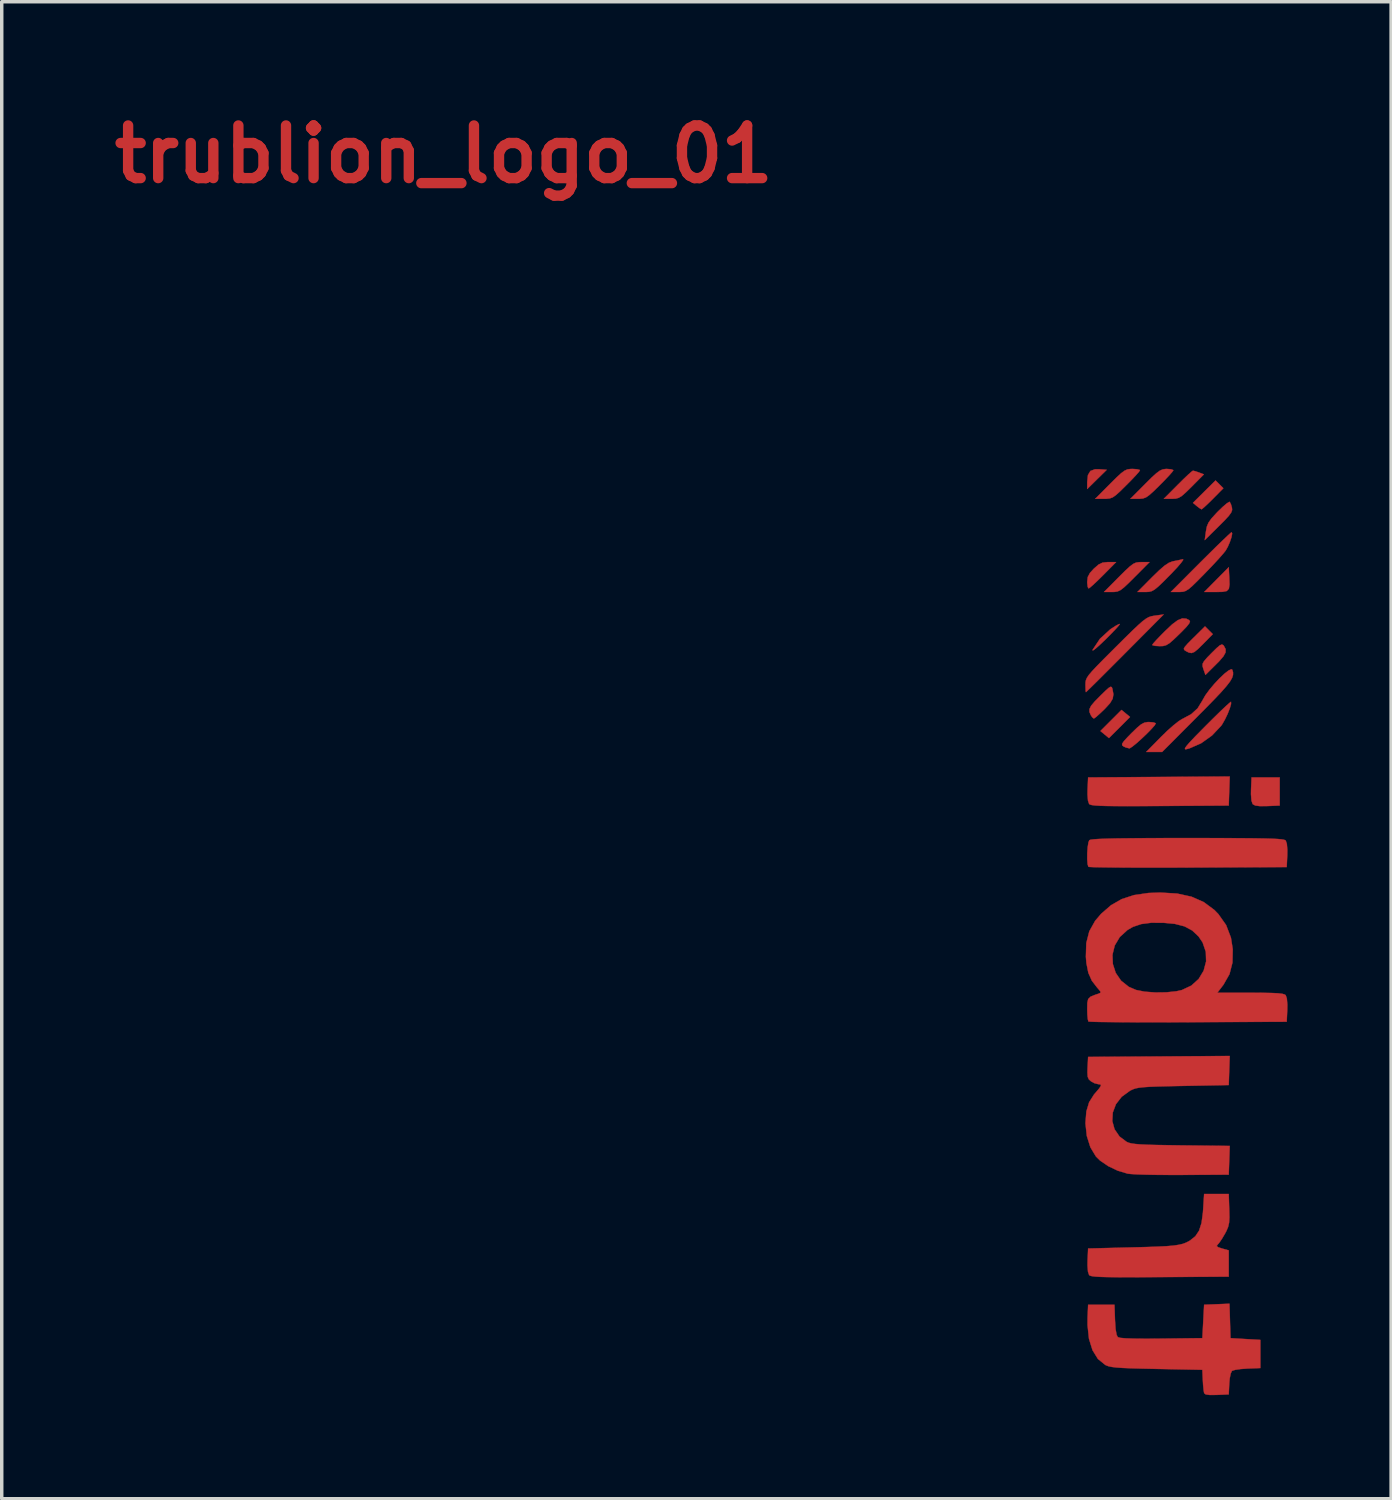
<source format=kicad_pcb>
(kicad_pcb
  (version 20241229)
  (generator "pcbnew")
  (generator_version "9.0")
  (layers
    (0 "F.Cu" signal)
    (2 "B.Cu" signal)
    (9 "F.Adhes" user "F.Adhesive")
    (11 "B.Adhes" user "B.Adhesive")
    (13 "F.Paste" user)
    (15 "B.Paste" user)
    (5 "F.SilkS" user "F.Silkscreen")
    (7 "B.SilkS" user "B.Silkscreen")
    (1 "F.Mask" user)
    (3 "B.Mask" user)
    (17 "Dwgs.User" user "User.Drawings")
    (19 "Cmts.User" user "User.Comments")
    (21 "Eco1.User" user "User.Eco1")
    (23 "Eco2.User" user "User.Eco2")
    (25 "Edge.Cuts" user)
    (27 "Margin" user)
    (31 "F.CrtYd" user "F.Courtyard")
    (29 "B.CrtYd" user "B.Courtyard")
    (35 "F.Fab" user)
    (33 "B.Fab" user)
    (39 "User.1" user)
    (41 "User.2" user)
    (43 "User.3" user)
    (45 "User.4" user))
  (footprint "trublion_logo_01"
    (layer "F.Cu")
    (at 9.804 1.418)
    (property "Reference" "trublion_logo_01" (at 0 0 0) (layer "F.Cu") (effects (font (size 1.524 1.524) (thickness 0.3))))
    (attr through_hole)
    (fp_poly (pts (xy 19.195 9.137) (xy 18.912 9.415) (xy 18.63 9.693) (xy 18.63 9.488) (xy 18.651 9.288) (xy 18.722 9.17) (xy 18.855 9.121) (xy 18.978 9.121) (xy 19.195 9.137)) (stroke (width 0.01) (type solid)) (fill yes) (layer "F.Cu"))
    (fp_poly (pts (xy 19.746 16.192) (xy 19.87 16.294) (xy 19.565 16.6) (xy 19.259 16.905) (xy 19.136 16.803) (xy 19.012 16.701) (xy 19.317 16.396) (xy 19.623 16.09) (xy 19.746 16.192)) (stroke (width 0.01) (type solid)) (fill yes) (layer "F.Cu"))
    (fp_poly (pts (xy 22.743 12.247) (xy 22.75 12.455) (xy 22.732 12.581) (xy 22.67 12.647) (xy 22.546 12.671) (xy 22.362 12.675) (xy 22.018 12.675) (xy 22.373 12.316) (xy 22.728 11.958) (xy 22.743 12.247)) (stroke (width 0.01) (type solid)) (fill yes) (layer "F.Cu"))
    (fp_poly (pts (xy 24.204 18.859) (xy 23.843 18.874) (xy 23.629 18.876) (xy 23.495 18.858) (xy 23.424 18.819) (xy 23.42 18.815) (xy 23.386 18.714) (xy 23.372 18.531) (xy 23.374 18.393) (xy 23.389 18.045) (xy 24.204 18.045) (xy 24.204 18.859)) (stroke (width 0.01) (type solid)) (fill yes) (layer "F.Cu"))
    (fp_poly (pts (xy 22.459 9.558) (xy 22.572 9.671) (xy 22.27 9.977) (xy 22.129 10.116) (xy 22.016 10.221) (xy 21.95 10.276) (xy 21.94 10.28) (xy 21.886 10.25) (xy 21.802 10.186) (xy 21.692 10.094) (xy 22.019 9.769) (xy 22.346 9.445) (xy 22.459 9.558)) (stroke (width 0.01) (type solid)) (fill yes) (layer "F.Cu"))
    (fp_poly (pts (xy 22.153 13.783) (xy 22.266 13.896) (xy 21.99 14.176) (xy 21.837 14.327) (xy 21.732 14.412) (xy 21.651 14.443) (xy 21.573 14.429) (xy 21.493 14.389) (xy 21.443 14.356) (xy 21.427 14.319) (xy 21.457 14.263) (xy 21.539 14.169) (xy 21.684 14.023) (xy 21.71 13.998) (xy 22.041 13.67) (xy 22.153 13.783)) (stroke (width 0.01) (type solid)) (fill yes) (layer "F.Cu"))
    (fp_poly (pts (xy 19.088 12.191) (xy 18.929 12.348) (xy 18.794 12.474) (xy 18.702 12.553) (xy 18.67 12.573) (xy 18.644 12.528) (xy 18.631 12.416) (xy 18.63 12.379) (xy 18.646 12.241) (xy 18.709 12.123) (xy 18.823 11.998) (xy 18.957 11.881) (xy 19.074 11.825) (xy 19.22 11.809) (xy 19.242 11.809) (xy 19.467 11.809) (xy 19.088 12.191)) (stroke (width 0.01) (type solid)) (fill yes) (layer "F.Cu"))
    (fp_poly (pts (xy 19.548 13.643) (xy 19.462 13.74) (xy 19.329 13.879) (xy 19.163 14.046) (xy 19.157 14.052) (xy 18.997 14.204) (xy 18.874 14.313) (xy 18.798 14.368) (xy 18.781 14.36) (xy 18.783 14.354) (xy 18.998 14.031) (xy 19.291 13.762) (xy 19.322 13.74) (xy 19.452 13.656) (xy 19.545 13.607) (xy 19.574 13.601) (xy 19.548 13.643)) (stroke (width 0.01) (type solid)) (fill yes) (layer "F.Cu"))
    (fp_poly (pts (xy 20.004 12.242) (xy 19.82 12.425) (xy 19.688 12.548) (xy 19.59 12.622) (xy 19.506 12.66) (xy 19.419 12.673) (xy 19.345 12.675) (xy 19.116 12.675) (xy 19.546 12.242) (xy 19.731 12.058) (xy 19.863 11.936) (xy 19.961 11.862) (xy 20.044 11.824) (xy 20.131 11.811) (xy 20.206 11.809) (xy 20.435 11.809) (xy 20.004 12.242)) (stroke (width 0.01) (type solid)) (fill yes) (layer "F.Cu"))
    (fp_poly (pts (xy 21.762 9.179) (xy 21.868 9.215) (xy 22.008 9.269) (xy 21.657 9.623) (xy 21.491 9.786) (xy 21.373 9.89) (xy 21.281 9.947) (xy 21.191 9.972) (xy 21.082 9.977) (xy 21.076 9.977) (xy 20.847 9.977) (xy 21.252 9.57) (xy 21.416 9.407) (xy 21.555 9.275) (xy 21.653 9.189) (xy 21.692 9.162) (xy 21.762 9.179)) (stroke (width 0.01) (type solid)) (fill yes) (layer "F.Cu"))
    (fp_poly (pts (xy 22.57 14.214) (xy 22.587 14.235) (xy 22.638 14.33) (xy 22.636 14.425) (xy 22.574 14.538) (xy 22.445 14.687) (xy 22.352 14.78) (xy 22.054 15.076) (xy 21.995 14.909) (xy 21.97 14.823) (xy 21.972 14.753) (xy 22.014 14.677) (xy 22.106 14.571) (xy 22.23 14.444) (xy 22.376 14.3) (xy 22.47 14.22) (xy 22.529 14.195) (xy 22.57 14.214)) (stroke (width 0.01) (type solid)) (fill yes) (layer "F.Cu"))
    (fp_poly (pts (xy 22.742 18.439) (xy 22.728 18.859) (xy 20.736 18.872) (xy 20.222 18.875) (xy 19.8 18.876) (xy 19.462 18.875) (xy 19.199 18.872) (xy 19.001 18.866) (xy 18.859 18.857) (xy 18.765 18.845) (xy 18.71 18.83) (xy 18.685 18.813) (xy 18.652 18.716) (xy 18.638 18.539) (xy 18.64 18.393) (xy 18.656 18.045) (xy 20.706 18.031) (xy 22.757 18.018) (xy 22.742 18.439)) (stroke (width 0.01) (type solid)) (fill yes) (layer "F.Cu"))
    (fp_poly (pts (xy 22.757 10.066) (xy 22.794 10.141) (xy 22.821 10.234) (xy 22.826 10.301) (xy 22.799 10.374) (xy 22.729 10.47) (xy 22.606 10.604) (xy 22.442 10.768) (xy 22.033 11.173) (xy 22.068 10.918) (xy 22.094 10.782) (xy 22.141 10.668) (xy 22.226 10.549) (xy 22.365 10.396) (xy 22.413 10.346) (xy 22.555 10.209) (xy 22.671 10.11) (xy 22.744 10.065) (xy 22.757 10.066)) (stroke (width 0.01) (type solid)) (fill yes) (layer "F.Cu"))
    (fp_poly (pts (xy 19.343 15.434) (xy 19.36 15.483) (xy 19.388 15.636) (xy 19.368 15.764) (xy 19.291 15.894) (xy 19.145 16.054) (xy 19.125 16.074) (xy 18.99 16.202) (xy 18.883 16.297) (xy 18.824 16.339) (xy 18.821 16.339) (xy 18.772 16.3) (xy 18.734 16.241) (xy 18.695 16.149) (xy 18.695 16.065) (xy 18.743 15.969) (xy 18.849 15.843) (xy 19.005 15.685) (xy 19.159 15.534) (xy 19.256 15.448) (xy 19.313 15.418) (xy 19.343 15.434)) (stroke (width 0.01) (type solid)) (fill yes) (layer "F.Cu"))
    (fp_poly (pts (xy 20.072 9.12) (xy 20.149 9.14) (xy 20.157 9.151) (xy 20.123 9.201) (xy 20.031 9.305) (xy 19.895 9.448) (xy 19.761 9.583) (xy 19.586 9.756) (xy 19.461 9.869) (xy 19.367 9.935) (xy 19.281 9.966) (xy 19.184 9.976) (xy 19.114 9.977) (xy 18.861 9.977) (xy 19.292 9.544) (xy 19.477 9.36) (xy 19.61 9.237) (xy 19.709 9.163) (xy 19.792 9.126) (xy 19.878 9.113) (xy 19.94 9.111) (xy 20.072 9.12)) (stroke (width 0.01) (type solid)) (fill yes) (layer "F.Cu"))
    (fp_poly (pts (xy 21.055 9.121) (xy 21.121 9.144) (xy 21.124 9.151) (xy 21.09 9.201) (xy 20.998 9.305) (xy 20.863 9.448) (xy 20.729 9.583) (xy 20.552 9.757) (xy 20.425 9.87) (xy 20.33 9.936) (xy 20.244 9.967) (xy 20.149 9.976) (xy 20.106 9.977) (xy 19.879 9.977) (xy 20.31 9.544) (xy 20.497 9.358) (xy 20.633 9.235) (xy 20.734 9.161) (xy 20.818 9.124) (xy 20.903 9.112) (xy 20.932 9.111) (xy 21.055 9.121)) (stroke (width 0.01) (type solid)) (fill yes) (layer "F.Cu"))
    (fp_poly (pts (xy 21.408 11.748) (xy 21.349 11.83) (xy 21.238 11.96) (xy 21.083 12.125) (xy 21.023 12.186) (xy 20.828 12.383) (xy 20.686 12.518) (xy 20.582 12.603) (xy 20.498 12.65) (xy 20.419 12.67) (xy 20.327 12.675) (xy 20.312 12.675) (xy 20.083 12.675) (xy 20.509 12.246) (xy 20.716 12.045) (xy 20.872 11.91) (xy 20.995 11.829) (xy 21.101 11.789) (xy 21.119 11.785) (xy 21.272 11.755) (xy 21.397 11.727) (xy 21.404 11.725) (xy 21.408 11.748)) (stroke (width 0.01) (type solid)) (fill yes) (layer "F.Cu"))
    (fp_poly (pts (xy 21.498 13.447) (xy 21.582 13.49) (xy 21.606 13.525) (xy 21.583 13.585) (xy 21.507 13.681) (xy 21.366 13.827) (xy 21.299 13.893) (xy 21.129 14.056) (xy 21.008 14.16) (xy 20.914 14.216) (xy 20.825 14.24) (xy 20.726 14.243) (xy 20.595 14.235) (xy 20.52 14.216) (xy 20.513 14.207) (xy 20.547 14.159) (xy 20.639 14.057) (xy 20.773 13.918) (xy 20.884 13.806) (xy 21.091 13.611) (xy 21.253 13.491) (xy 21.384 13.439) (xy 21.498 13.447)) (stroke (width 0.01) (type solid)) (fill yes) (layer "F.Cu"))
    (fp_poly (pts (xy 20.546 16.451) (xy 20.612 16.474) (xy 20.615 16.481) (xy 20.58 16.541) (xy 20.486 16.646) (xy 20.355 16.78) (xy 20.207 16.921) (xy 20.062 17.051) (xy 19.94 17.15) (xy 19.862 17.201) (xy 19.85 17.203) (xy 19.746 17.177) (xy 19.681 17.147) (xy 19.642 17.114) (xy 19.641 17.07) (xy 19.689 16.998) (xy 19.794 16.883) (xy 19.908 16.766) (xy 20.071 16.608) (xy 20.188 16.51) (xy 20.283 16.46) (xy 20.378 16.442) (xy 20.423 16.441) (xy 20.546 16.451)) (stroke (width 0.01) (type solid)) (fill yes) (layer "F.Cu"))
    (fp_poly (pts (xy 22.794 15.854) (xy 22.795 15.918) (xy 22.759 16.043) (xy 22.697 16.202) (xy 22.619 16.365) (xy 22.539 16.506) (xy 22.509 16.549) (xy 22.243 16.831) (xy 21.927 17.056) (xy 21.589 17.204) (xy 21.506 17.226) (xy 21.464 17.228) (xy 21.46 17.201) (xy 21.502 17.138) (xy 21.595 17.03) (xy 21.746 16.87) (xy 21.962 16.65) (xy 22.063 16.548) (xy 22.281 16.331) (xy 22.474 16.142) (xy 22.631 15.993) (xy 22.741 15.894) (xy 22.792 15.854) (xy 22.794 15.854)) (stroke (width 0.01) (type solid)) (fill yes) (layer "F.Cu"))
    (fp_poly (pts (xy 22.827 10.985) (xy 22.807 11.088) (xy 22.761 11.226) (xy 22.7 11.367) (xy 22.637 11.478) (xy 22.563 11.57) (xy 22.434 11.716) (xy 22.266 11.898) (xy 22.075 12.097) (xy 22.021 12.153) (xy 21.819 12.357) (xy 21.673 12.5) (xy 21.565 12.592) (xy 21.481 12.644) (xy 21.404 12.668) (xy 21.319 12.674) (xy 21.28 12.675) (xy 21.049 12.675) (xy 21.913 11.809) (xy 22.156 11.568) (xy 22.375 11.352) (xy 22.561 11.172) (xy 22.702 11.038) (xy 22.789 10.96) (xy 22.812 10.944) (xy 22.827 10.985)) (stroke (width 0.01) (type solid)) (fill yes) (layer "F.Cu"))
    (fp_poly (pts (xy 22.831 14.926) (xy 22.853 15.001) (xy 22.852 15.078) (xy 22.824 15.165) (xy 22.761 15.272) (xy 22.656 15.407) (xy 22.503 15.581) (xy 22.294 15.801) (xy 22.024 16.077) (xy 21.814 16.288) (xy 20.799 17.307) (xy 20.338 17.307) (xy 20.769 16.869) (xy 20.955 16.688) (xy 21.134 16.53) (xy 21.285 16.411) (xy 21.379 16.354) (xy 21.64 16.214) (xy 21.827 16.044) (xy 21.964 15.82) (xy 21.969 15.81) (xy 22.05 15.668) (xy 22.169 15.505) (xy 22.31 15.337) (xy 22.458 15.179) (xy 22.599 15.045) (xy 22.719 14.951) (xy 22.802 14.911) (xy 22.831 14.926)) (stroke (width 0.01) (type solid)) (fill yes) (layer "F.Cu"))
    (fp_poly (pts (xy 19.725 14.451) (xy 19.449 14.728) (xy 19.197 14.98) (xy 18.978 15.199) (xy 18.8 15.375) (xy 18.671 15.501) (xy 18.602 15.568) (xy 18.592 15.576) (xy 18.584 15.531) (xy 18.58 15.416) (xy 18.579 15.359) (xy 18.581 15.289) (xy 18.593 15.226) (xy 18.623 15.158) (xy 18.68 15.074) (xy 18.772 14.966) (xy 18.908 14.821) (xy 19.095 14.63) (xy 19.344 14.381) (xy 19.457 14.268) (xy 19.732 13.995) (xy 19.946 13.785) (xy 20.11 13.63) (xy 20.235 13.52) (xy 20.332 13.448) (xy 20.412 13.403) (xy 20.486 13.378) (xy 20.564 13.364) (xy 20.59 13.36) (xy 20.844 13.326) (xy 19.725 14.451)) (stroke (width 0.01) (type solid)) (fill yes) (layer "F.Cu"))
    (fp_poly (pts (xy 22.152 19.801) (xy 22.674 19.802) (xy 23.11 19.805) (xy 23.466 19.808) (xy 23.751 19.813) (xy 23.972 19.819) (xy 24.137 19.827) (xy 24.253 19.837) (xy 24.327 19.85) (xy 24.368 19.864) (xy 24.378 19.873) (xy 24.411 19.968) (xy 24.425 20.143) (xy 24.423 20.293) (xy 24.407 20.641) (xy 21.553 20.654) (xy 21.023 20.656) (xy 20.524 20.656) (xy 20.065 20.656) (xy 19.655 20.654) (xy 19.304 20.651) (xy 19.02 20.647) (xy 18.813 20.643) (xy 18.693 20.637) (xy 18.664 20.633) (xy 18.641 20.557) (xy 18.63 20.415) (xy 18.631 20.24) (xy 18.643 20.067) (xy 18.665 19.928) (xy 18.691 19.862) (xy 18.731 19.848) (xy 18.825 19.836) (xy 18.979 19.826) (xy 19.198 19.818) (xy 19.489 19.811) (xy 19.857 19.807) (xy 20.309 19.803) (xy 20.851 19.801) (xy 21.488 19.801) (xy 21.535 19.801) (xy 22.152 19.801)) (stroke (width 0.01) (type solid)) (fill yes) (layer "F.Cu"))
    (fp_poly (pts (xy 22.742 30.556) (xy 22.747 30.782) (xy 22.738 30.941) (xy 22.709 31.065) (xy 22.656 31.188) (xy 22.619 31.257) (xy 22.53 31.408) (xy 22.448 31.527) (xy 22.409 31.57) (xy 22.378 31.614) (xy 22.421 31.649) (xy 22.532 31.686) (xy 22.728 31.741) (xy 22.728 32.501) (xy 20.736 32.514) (xy 20.222 32.517) (xy 19.8 32.518) (xy 19.462 32.517) (xy 19.199 32.514) (xy 19.001 32.508) (xy 18.859 32.499) (xy 18.765 32.487) (xy 18.71 32.472) (xy 18.685 32.455) (xy 18.652 32.358) (xy 18.638 32.181) (xy 18.64 32.035) (xy 18.656 31.686) (xy 19.903 31.655) (xy 20.328 31.644) (xy 20.666 31.632) (xy 20.928 31.619) (xy 21.129 31.602) (xy 21.282 31.579) (xy 21.401 31.551) (xy 21.498 31.514) (xy 21.587 31.467) (xy 21.608 31.454) (xy 21.761 31.332) (xy 21.869 31.17) (xy 21.94 30.948) (xy 21.98 30.649) (xy 21.986 30.569) (xy 22.015 30.108) (xy 22.728 30.108) (xy 22.742 30.556)) (stroke (width 0.01) (type solid)) (fill yes) (layer "F.Cu"))
    (fp_poly (pts (xy 22.764 33.784) (xy 22.779 34.282) (xy 23.211 34.308) (xy 23.644 34.333) (xy 23.644 35.148) (xy 23.264 35.163) (xy 23.071 35.177) (xy 22.915 35.2) (xy 22.826 35.228) (xy 22.821 35.231) (xy 22.785 35.307) (xy 22.756 35.451) (xy 22.743 35.597) (xy 22.728 35.911) (xy 22.383 35.926) (xy 22.178 35.928) (xy 22.06 35.911) (xy 22.016 35.875) (xy 22.001 35.791) (xy 21.986 35.642) (xy 21.978 35.504) (xy 21.964 35.199) (xy 20.641 35.173) (xy 20.228 35.164) (xy 19.905 35.155) (xy 19.658 35.145) (xy 19.475 35.132) (xy 19.342 35.116) (xy 19.247 35.096) (xy 19.177 35.07) (xy 19.152 35.057) (xy 18.94 34.885) (xy 18.783 34.631) (xy 18.681 34.303) (xy 18.639 33.908) (xy 18.64 33.693) (xy 18.656 33.315) (xy 19.419 33.315) (xy 19.434 33.756) (xy 19.451 34.02) (xy 19.482 34.189) (xy 19.516 34.253) (xy 19.587 34.274) (xy 19.746 34.288) (xy 19.996 34.296) (xy 20.34 34.299) (xy 20.774 34.296) (xy 21.964 34.282) (xy 22.015 33.315) (xy 22.382 33.3) (xy 22.749 33.285) (xy 22.764 33.784)) (stroke (width 0.01) (type solid)) (fill yes) (layer "F.Cu"))
    (fp_poly (pts (xy 22.742 26.532) (xy 22.728 26.953) (xy 21.404 26.978) (xy 21 26.986) (xy 20.684 26.994) (xy 20.443 27.003) (xy 20.263 27.015) (xy 20.131 27.03) (xy 20.033 27.049) (xy 19.956 27.075) (xy 19.886 27.108) (xy 19.869 27.117) (xy 19.628 27.292) (xy 19.461 27.508) (xy 19.37 27.749) (xy 19.356 27.996) (xy 19.421 28.233) (xy 19.565 28.443) (xy 19.767 28.595) (xy 19.827 28.622) (xy 19.906 28.643) (xy 20.017 28.659) (xy 20.172 28.672) (xy 20.383 28.682) (xy 20.662 28.689) (xy 21.023 28.695) (xy 21.343 28.7) (xy 22.757 28.716) (xy 22.728 29.548) (xy 21.379 29.556) (xy 21.005 29.556) (xy 20.654 29.554) (xy 20.34 29.548) (xy 20.082 29.54) (xy 19.895 29.529) (xy 19.803 29.519) (xy 19.517 29.434) (xy 19.238 29.301) (xy 19.002 29.14) (xy 18.884 29.024) (xy 18.722 28.756) (xy 18.618 28.427) (xy 18.579 28.063) (xy 18.579 28.05) (xy 18.605 27.718) (xy 18.685 27.451) (xy 18.828 27.225) (xy 18.863 27.185) (xy 18.979 27.049) (xy 19.028 26.971) (xy 19.013 26.935) (xy 18.947 26.927) (xy 18.838 26.899) (xy 18.741 26.846) (xy 18.677 26.789) (xy 18.644 26.713) (xy 18.636 26.587) (xy 18.64 26.452) (xy 18.656 26.138) (xy 20.706 26.125) (xy 22.757 26.111) (xy 22.742 26.532)) (stroke (width 0.01) (type solid)) (fill yes) (layer "F.Cu"))
    (fp_poly (pts (xy 21.235 21.408) (xy 21.651 21.499) (xy 22.005 21.655) (xy 22.308 21.88) (xy 22.425 21.999) (xy 22.652 22.32) (xy 22.792 22.686) (xy 22.844 23.019) (xy 22.836 23.406) (xy 22.75 23.741) (xy 22.58 24.04) (xy 22.567 24.059) (xy 22.397 24.28) (xy 23.358 24.28) (xy 23.71 24.282) (xy 23.972 24.287) (xy 24.158 24.296) (xy 24.281 24.311) (xy 24.352 24.332) (xy 24.378 24.352) (xy 24.411 24.448) (xy 24.425 24.622) (xy 24.423 24.772) (xy 24.407 25.12) (xy 21.553 25.133) (xy 21.023 25.135) (xy 20.524 25.136) (xy 20.065 25.135) (xy 19.655 25.133) (xy 19.304 25.13) (xy 19.02 25.127) (xy 18.813 25.122) (xy 18.693 25.116) (xy 18.664 25.112) (xy 18.647 25.047) (xy 18.634 24.911) (xy 18.63 24.754) (xy 18.633 24.572) (xy 18.658 24.462) (xy 18.725 24.395) (xy 18.856 24.341) (xy 18.956 24.308) (xy 19.014 24.282) (xy 19.011 24.241) (xy 18.942 24.158) (xy 18.924 24.139) (xy 18.764 23.932) (xy 18.662 23.703) (xy 18.606 23.421) (xy 18.591 23.237) (xy 18.593 23.177) (xy 19.361 23.177) (xy 19.372 23.448) (xy 19.455 23.705) (xy 19.61 23.931) (xy 19.834 24.109) (xy 20.043 24.199) (xy 20.293 24.249) (xy 20.6 24.272) (xy 20.921 24.268) (xy 21.215 24.237) (xy 21.37 24.202) (xy 21.645 24.073) (xy 21.858 23.88) (xy 22.002 23.64) (xy 22.073 23.372) (xy 22.064 23.094) (xy 21.971 22.823) (xy 21.855 22.651) (xy 21.67 22.477) (xy 21.446 22.357) (xy 21.165 22.285) (xy 20.844 22.255) (xy 20.483 22.253) (xy 20.194 22.291) (xy 19.956 22.371) (xy 19.797 22.462) (xy 19.572 22.667) (xy 19.427 22.911) (xy 19.361 23.177) (xy 18.593 23.177) (xy 18.603 22.841) (xy 18.69 22.501) (xy 18.859 22.198) (xy 19.033 21.994) (xy 19.317 21.747) (xy 19.629 21.568) (xy 19.986 21.452) (xy 20.405 21.391) (xy 20.746 21.379) (xy 21.235 21.408)) (stroke (width 0.01) (type solid)) (fill yes) (layer "F.Cu")))
  (gr_rect
    (start -3 -3)
    (end 37.234 40.351)
    (stroke (width 0.1) (type default))
    (fill no)
    (layer "Edge.Cuts")))
</source>
